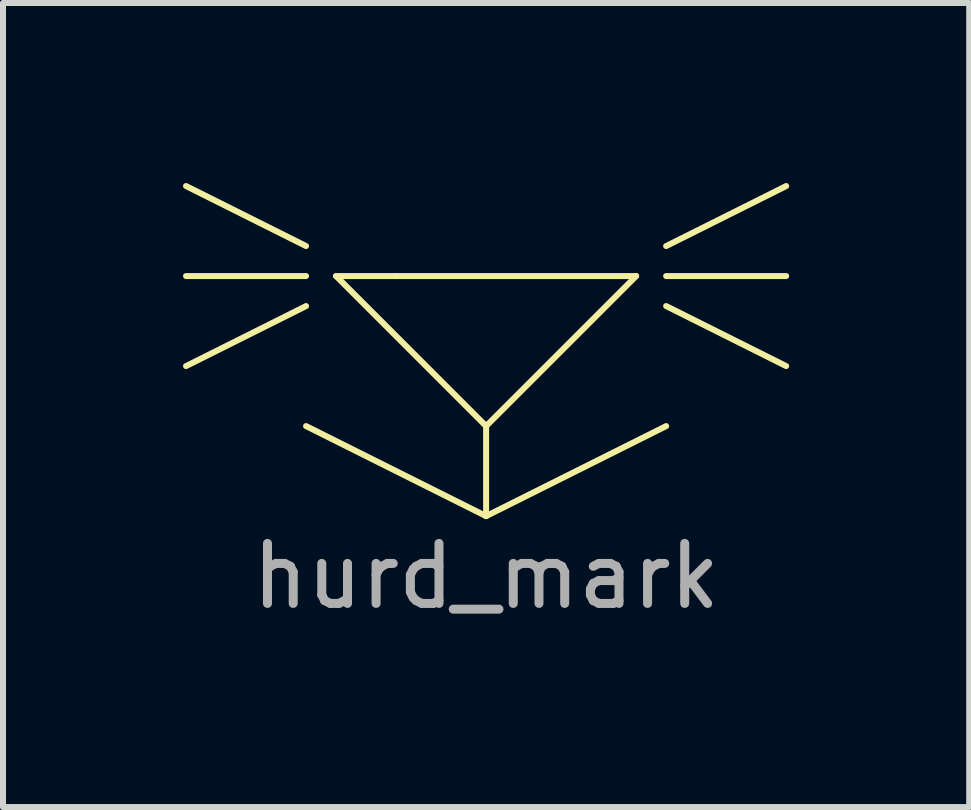
<source format=kicad_pcb>
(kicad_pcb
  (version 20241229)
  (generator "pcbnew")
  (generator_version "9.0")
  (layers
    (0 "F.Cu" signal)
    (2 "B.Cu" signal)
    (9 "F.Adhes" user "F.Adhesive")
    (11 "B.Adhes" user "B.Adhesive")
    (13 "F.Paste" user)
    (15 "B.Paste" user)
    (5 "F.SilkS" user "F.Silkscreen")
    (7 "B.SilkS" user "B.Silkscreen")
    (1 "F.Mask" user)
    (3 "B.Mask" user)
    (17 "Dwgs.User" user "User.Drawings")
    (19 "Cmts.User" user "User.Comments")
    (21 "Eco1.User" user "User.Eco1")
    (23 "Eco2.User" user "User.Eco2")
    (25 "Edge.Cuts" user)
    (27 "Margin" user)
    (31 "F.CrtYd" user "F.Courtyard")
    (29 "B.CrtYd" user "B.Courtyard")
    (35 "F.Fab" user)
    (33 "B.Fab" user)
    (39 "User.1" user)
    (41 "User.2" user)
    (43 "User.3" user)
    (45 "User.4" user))
  (footprint "hurd_mark"
    (layer "F.Cu")
    (at 5.05 4.05)
    (property "Reference" "hurd_mark" (at 0 2.5 0) (unlocked yes) (layer "F.SilkS") (effects (font (size 1 1) (thickness 0.1))))
    (fp_line (start -3 -3) (end -5 -4) (stroke (width 0.1) (type default)) (layer "F.SilkS"))
    (fp_line (start -3 -2.5) (end -5 -2.5) (stroke (width 0.1) (type default)) (layer "F.SilkS"))
    (fp_line (start -3 -2) (end -5 -1) (stroke (width 0.1) (type default)) (layer "F.SilkS"))
    (fp_line (start -2.5 -2.5) (end -1.5 -2.5) (stroke (width 0.1) (type default)) (layer "F.SilkS"))
    (fp_line (start 0 0) (end -2.5 -2.5) (stroke (width 0.1) (type default)) (layer "F.SilkS"))
    (fp_line (start 0 0) (end 0 1.5) (stroke (width 0.1) (type default)) (layer "F.SilkS"))
    (fp_line (start 0 0) (end 2.5 -2.5) (stroke (width 0.1) (type default)) (layer "F.SilkS"))
    (fp_line (start 0 1.5) (end -3 0) (stroke (width 0.1) (type default)) (layer "F.SilkS"))
    (fp_line (start 0 1.5) (end 3 0) (stroke (width 0.1) (type default)) (layer "F.SilkS"))
    (fp_line (start 2.5 -2.5) (end -1.5 -2.5) (stroke (width 0.1) (type default)) (layer "F.SilkS"))
    (fp_line (start 3 -3) (end 5 -4) (stroke (width 0.1) (type default)) (layer "F.SilkS"))
    (fp_line (start 3 -2.5) (end 5 -2.5) (stroke (width 0.1) (type default)) (layer "F.SilkS"))
    (fp_line (start 3 -2) (end 5 -1) (stroke (width 0.1) (type default)) (layer "F.SilkS"))
    (fp_text user "${REFERENCE}" (at 0 2.5 0) (unlocked yes) (layer "F.Fab") (effects (font (size 1 1) (thickness 0.15)))))
  (gr_rect
    (start -3 -3)
    (end 13.1 10.398)
    (stroke (width 0.1) (type default))
    (fill no)
    (layer "Edge.Cuts")))
</source>
